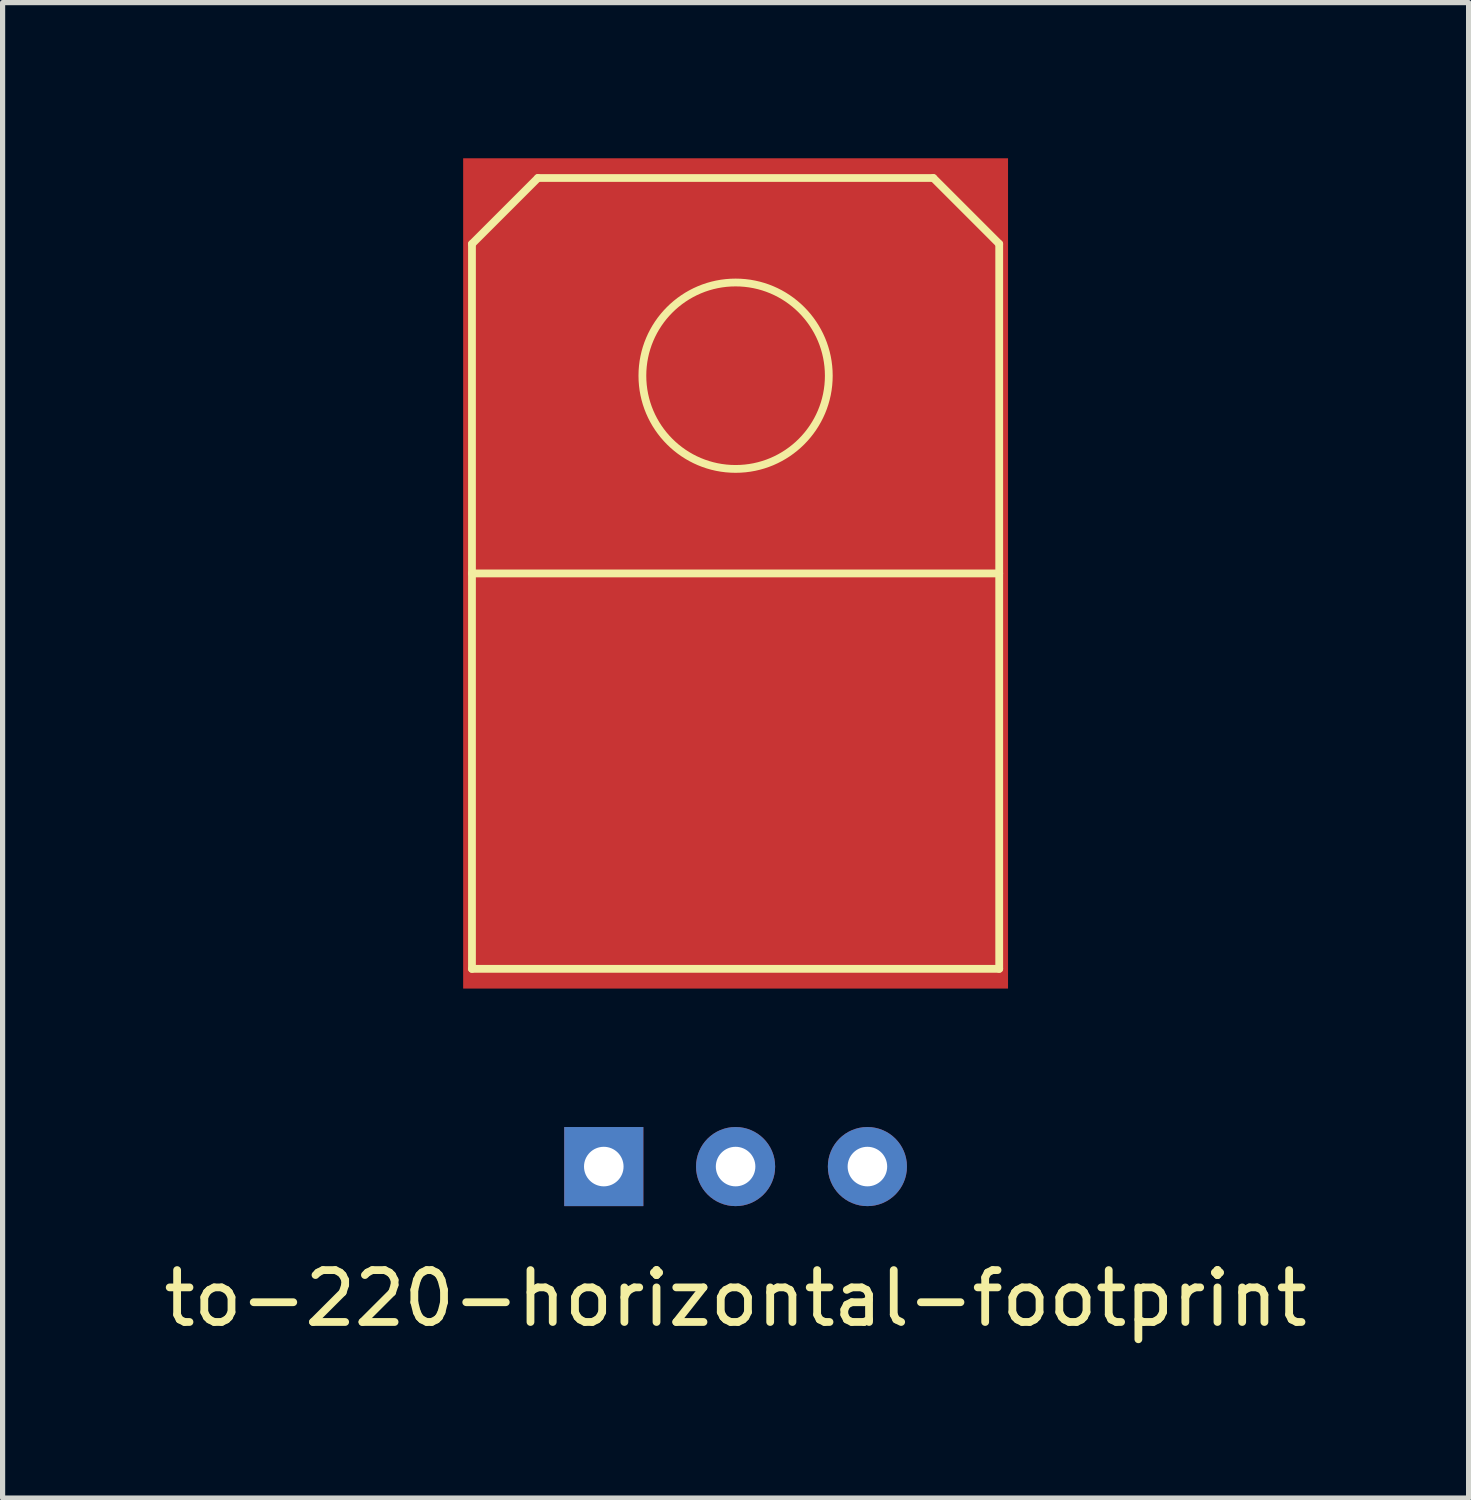
<source format=kicad_pcb>
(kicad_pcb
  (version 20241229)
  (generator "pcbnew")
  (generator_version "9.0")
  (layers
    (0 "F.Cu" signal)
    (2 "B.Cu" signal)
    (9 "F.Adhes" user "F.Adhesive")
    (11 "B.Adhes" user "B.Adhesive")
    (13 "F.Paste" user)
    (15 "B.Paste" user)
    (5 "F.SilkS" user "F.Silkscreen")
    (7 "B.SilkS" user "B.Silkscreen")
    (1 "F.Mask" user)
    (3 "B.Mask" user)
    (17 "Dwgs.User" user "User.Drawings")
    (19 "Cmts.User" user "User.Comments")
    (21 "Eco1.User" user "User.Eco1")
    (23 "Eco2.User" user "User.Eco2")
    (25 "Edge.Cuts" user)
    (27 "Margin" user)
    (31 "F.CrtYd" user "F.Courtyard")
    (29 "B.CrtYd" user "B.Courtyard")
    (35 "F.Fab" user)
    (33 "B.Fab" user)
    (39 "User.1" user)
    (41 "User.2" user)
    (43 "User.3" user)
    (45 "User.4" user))
  (footprint "to-220-horizontal-footprint"
    (layer "F.Cu")
    (at 11.125 19.43)
    (property "Reference" "to-220-horizontal-footprint" (at 0 2.54 180) (layer "F.SilkS") (effects (font (size 1 1) (thickness 0.15))))
    (attr through_hole)
    (fp_line (start -5.08 -17.78) (end -3.81 -19.05) (stroke (width 0.15) (type solid)) (layer "F.SilkS"))
    (fp_line (start -5.08 -11.43) (end 5.08 -11.43) (stroke (width 0.15) (type solid)) (layer "F.SilkS"))
    (fp_line (start -5.08 -3.81) (end -5.08 -17.78) (stroke (width 0.15) (type solid)) (layer "F.SilkS"))
    (fp_line (start -3.81 -19.05) (end 3.81 -19.05) (stroke (width 0.15) (type solid)) (layer "F.SilkS"))
    (fp_line (start 3.81 -19.05) (end 5.08 -17.78) (stroke (width 0.15) (type solid)) (layer "F.SilkS"))
    (fp_line (start 5.08 -17.78) (end 5.08 -3.81) (stroke (width 0.15) (type solid)) (layer "F.SilkS"))
    (fp_line (start 5.08 -3.81) (end -5.08 -3.81) (stroke (width 0.15) (type solid)) (layer "F.SilkS"))
    (fp_circle (center 0 -15.24) (end 1.27 -13.97) (stroke (width 0.15) (type solid)) (fill no) (layer "F.SilkS"))
    (pad "1" thru_hole rect (at -2.54 0) (size 1.524 1.524) (drill 0.762) (layers "*.Cu" "*.Mask"))
    (pad "2" thru_hole circle (at 0 0) (size 1.524 1.524) (drill 0.762) (layers "*.Cu" "*.Mask"))
    (pad "3" thru_hole circle (at 2.54 0) (size 1.524 1.524) (drill 0.762) (layers "*.Cu" "*.Mask"))
    (pad "4" smd rect (at 0 -11.43) (size 10.5 16) (layers "F.Cu" "F.Mask" "F.Paste")))
  (gr_rect
    (start -3 -3)
    (end 25.25 25.818)
    (stroke (width 0.1) (type default))
    (fill no)
    (layer "Edge.Cuts")))
</source>
